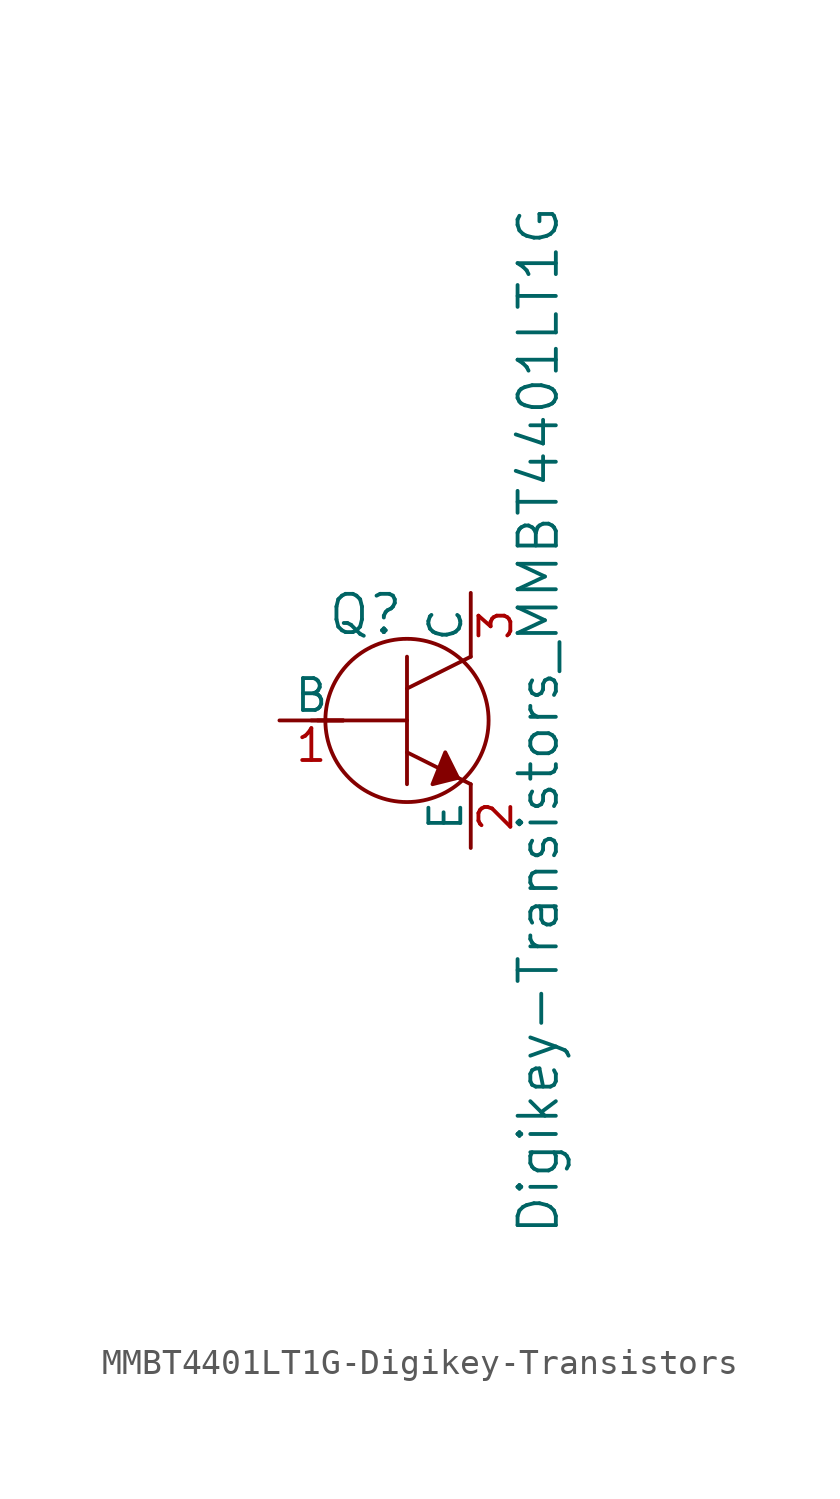
<source format=kicad_sym>
(kicad_symbol_lib
  (version 20231120)
  (generator "kicad_symbol_editor")
  (generator_version "8.0")
  (symbol "MMBT4401LT1G-Digikey-Transistors"
    (pin_names
      (offset 0))
    (property "Reference" "Q"
      (at -3.2 4.216 0)
      (effects (font (size 1.524 1.524)) (justify left)))
    (property "Value" "Digikey-Transistors_MMBT4401LT1G"
      (at 5.232 0 90)
      (effects (font (size 1.524 1.524))))
    (symbol "MMBT4401LT1G-Digikey-Transistors_0_1"
      (polyline (pts (xy -3.81 0) (xy -2.54 0)) (stroke (width 0) (type solid)) (fill (type none)))
      (polyline (pts (xy -3.556 0) (xy 0 0)) (stroke (width 0) (type solid)) (fill (type none)))
      (polyline (pts (xy 0 -1.27) (xy 2.54 -2.54)) (stroke (width 0) (type solid)) (fill (type none)))
      (polyline (pts (xy 0 1.27) (xy 2.54 2.54)) (stroke (width 0) (type solid)) (fill (type none)))
      (polyline (pts (xy 0 2.54) (xy 0 -2.54)) (stroke (width 0) (type solid)) (fill (type none)))
      (polyline (pts (xy 1.524 -1.27) (xy 2.032 -2.286) (xy 1.016 -2.54) (xy 1.524 -1.27)) (stroke (width 0) (type solid)) (fill (type outline)))
      (circle (center 0 0) (radius 3.251) (stroke (width 0) (type solid)) (fill (type none))))
    (symbol "MMBT4401LT1G-Digikey-Transistors_1_1"
      (pin input line (at -5.08 0 0) (length 2.54) (name "B" (effects (font (size 1.27 1.27)))) (number "1" (effects (font (size 1.27 1.27)))))
      (pin passive line (at 2.54 -5.08 90) (length 2.54) (name "E" (effects (font (size 1.27 1.27)))) (number "2" (effects (font (size 1.27 1.27)))))
      (pin passive line (at 2.54 5.08 270) (length 2.54) (name "C" (effects (font (size 1.27 1.27)))) (number "3" (effects (font (size 1.27 1.27))))))))
</source>
